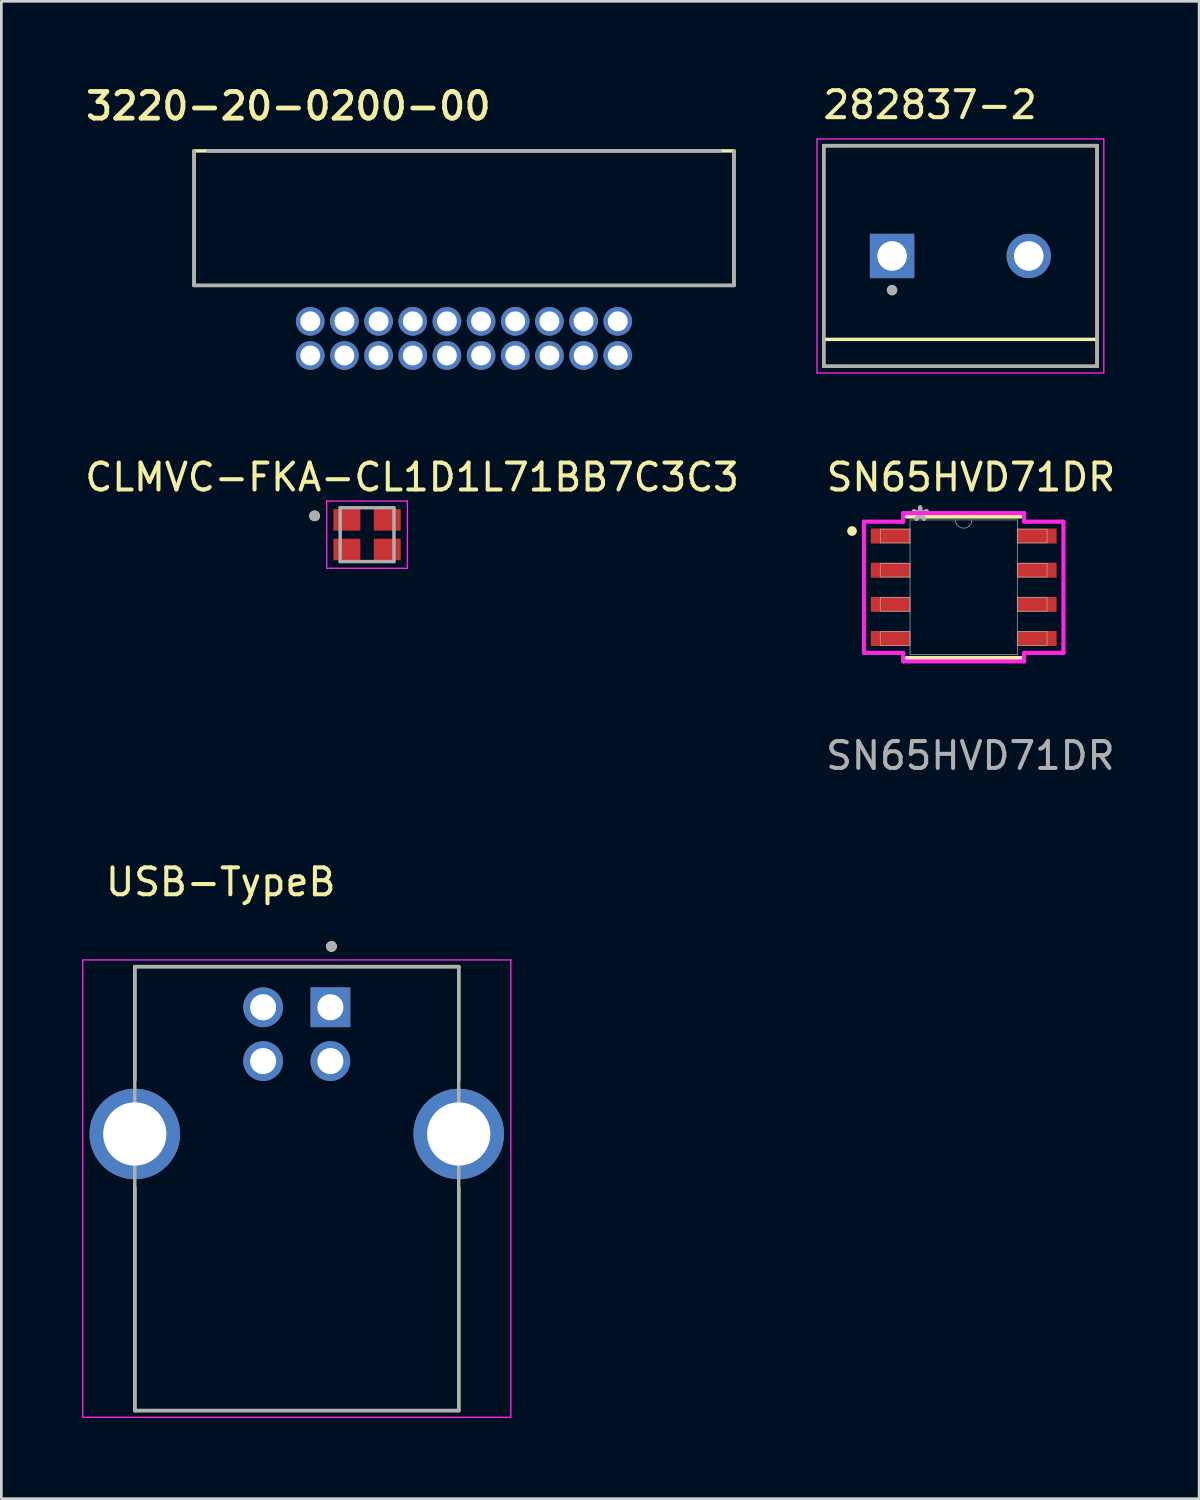
<source format=kicad_pcb>
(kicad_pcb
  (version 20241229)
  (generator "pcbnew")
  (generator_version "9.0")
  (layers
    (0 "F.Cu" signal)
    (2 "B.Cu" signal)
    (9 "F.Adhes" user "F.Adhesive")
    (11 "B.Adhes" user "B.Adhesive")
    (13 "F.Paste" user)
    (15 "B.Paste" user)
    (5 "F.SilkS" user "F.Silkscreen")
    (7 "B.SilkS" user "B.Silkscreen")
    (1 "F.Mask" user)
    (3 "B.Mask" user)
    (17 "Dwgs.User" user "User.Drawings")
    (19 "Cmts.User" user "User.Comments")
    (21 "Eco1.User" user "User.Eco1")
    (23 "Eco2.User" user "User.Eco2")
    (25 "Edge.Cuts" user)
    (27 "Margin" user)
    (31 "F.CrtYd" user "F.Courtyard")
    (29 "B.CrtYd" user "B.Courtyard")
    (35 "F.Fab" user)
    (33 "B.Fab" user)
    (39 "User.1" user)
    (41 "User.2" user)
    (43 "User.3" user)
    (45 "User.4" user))
  (footprint "CLMVC-FKA-CL1D1L71BB7C3C3"
    (layer "F.Cu")
    (at 10.593 16.823)
    (property "Reference" "CLMVC-FKA-CL1D1L71BB7C3C3" (at 1.675 -2.135 0) (layer "F.SilkS") (effects (font (size 1 1) (thickness 0.15))))
    (attr through_hole)
    (fp_circle (center -1.95 -0.7) (end -1.85 -0.7) (stroke (width 0.2) (type solid)) (fill no) (layer "F.SilkS"))
    (fp_line (start -1.5 -1.25) (end -1.5 1.25) (stroke (width 0.05) (type solid)) (layer "F.CrtYd"))
    (fp_line (start -1.5 1.25) (end 1.5 1.25) (stroke (width 0.05) (type solid)) (layer "F.CrtYd"))
    (fp_line (start 1.5 -1.25) (end -1.5 -1.25) (stroke (width 0.05) (type solid)) (layer "F.CrtYd"))
    (fp_line (start 1.5 1.25) (end 1.5 -1.25) (stroke (width 0.05) (type solid)) (layer "F.CrtYd"))
    (fp_line (start -1 -1) (end -1 1) (stroke (width 0.127) (type solid)) (layer "F.Fab"))
    (fp_line (start -1 1) (end 1 1) (stroke (width 0.127) (type solid)) (layer "F.Fab"))
    (fp_line (start 1 -1) (end -1 -1) (stroke (width 0.127) (type solid)) (layer "F.Fab"))
    (fp_line (start 1 1) (end 1 -1) (stroke (width 0.127) (type solid)) (layer "F.Fab"))
    (fp_circle (center -1.95 -0.7) (end -1.85 -0.7) (stroke (width 0.2) (type solid)) (fill no) (layer "F.Fab"))
    (pad "1" smd rect (at -0.75 -0.55 270) (size 0.8 1) (layers "F.Cu" "F.Mask" "F.Paste"))
    (pad "2" smd rect (at 0.75 -0.55 270) (size 0.8 1) (layers "F.Cu" "F.Mask" "F.Paste"))
    (pad "3" smd rect (at 0.75 0.55 270) (size 0.8 1) (layers "F.Cu" "F.Mask" "F.Paste"))
    (pad "4" smd rect (at -0.75 0.55 270) (size 0.8 1) (layers "F.Cu" "F.Mask" "F.Paste")))
  (footprint "3220-20-0200-00"
    (layer "F.Cu")
    (at 14.196 8.893)
    (property "Reference" "3220-20-0200-00" (at -6.528 -8.001 0) (layer "F.SilkS") (effects (font (size 0.991 0.991) (thickness 0.178))))
    (attr through_hole)
    (fp_line (start -10.033 -6.334) (end 10.033 -6.334) (stroke (width 0.127) (type solid)) (layer "F.SilkS"))
    (fp_line (start -10.033 -1.334) (end -10.033 -6.334) (stroke (width 0.127) (type solid)) (layer "F.SilkS"))
    (fp_line (start 10.033 -6.334) (end 10.033 -1.334) (stroke (width 0.127) (type solid)) (layer "F.SilkS"))
    (fp_line (start 10.033 -1.334) (end -10.033 -1.334) (stroke (width 0.127) (type solid)) (layer "F.SilkS"))
    (fp_line (start -10.033 -1.334) (end -10.033 -6.334) (stroke (width 0.127) (type solid)) (layer "F.Fab"))
    (fp_line (start -9.525 -6.334) (end 9.525 -6.334) (stroke (width 0.127) (type solid)) (layer "F.Fab"))
    (fp_line (start 10.033 -6.334) (end 10.033 -1.334) (stroke (width 0.127) (type solid)) (layer "F.Fab"))
    (fp_line (start 10.033 -1.334) (end -10.033 -1.334) (stroke (width 0.127) (type solid)) (layer "F.Fab"))
    (pad "1" thru_hole circle (at -5.715 1.27) (size 1.067 1.067) (drill 0.737) (layers "*.Cu" "*.Mask"))
    (pad "2" thru_hole circle (at -5.715 0) (size 1.067 1.067) (drill 0.737) (layers "*.Cu" "*.Mask"))
    (pad "3" thru_hole circle (at -4.445 1.27) (size 1.067 1.067) (drill 0.737) (layers "*.Cu" "*.Mask"))
    (pad "4" thru_hole circle (at -4.445 0) (size 1.067 1.067) (drill 0.737) (layers "*.Cu" "*.Mask"))
    (pad "5" thru_hole circle (at -3.175 1.27) (size 1.067 1.067) (drill 0.737) (layers "*.Cu" "*.Mask"))
    (pad "6" thru_hole circle (at -3.175 0) (size 1.067 1.067) (drill 0.737) (layers "*.Cu" "*.Mask"))
    (pad "7" thru_hole circle (at -1.905 1.27) (size 1.067 1.067) (drill 0.737) (layers "*.Cu" "*.Mask"))
    (pad "8" thru_hole circle (at -1.905 0) (size 1.067 1.067) (drill 0.737) (layers "*.Cu" "*.Mask"))
    (pad "9" thru_hole circle (at -0.635 1.27) (size 1.067 1.067) (drill 0.737) (layers "*.Cu" "*.Mask"))
    (pad "10" thru_hole circle (at -0.635 0) (size 1.067 1.067) (drill 0.737) (layers "*.Cu" "*.Mask"))
    (pad "11" thru_hole circle (at 0.635 1.27) (size 1.067 1.067) (drill 0.737) (layers "*.Cu" "*.Mask"))
    (pad "12" thru_hole circle (at 0.635 0) (size 1.067 1.067) (drill 0.737) (layers "*.Cu" "*.Mask"))
    (pad "13" thru_hole circle (at 1.905 1.27) (size 1.067 1.067) (drill 0.737) (layers "*.Cu" "*.Mask"))
    (pad "14" thru_hole circle (at 1.905 0) (size 1.067 1.067) (drill 0.737) (layers "*.Cu" "*.Mask"))
    (pad "15" thru_hole circle (at 3.175 1.27) (size 1.067 1.067) (drill 0.737) (layers "*.Cu" "*.Mask"))
    (pad "16" thru_hole circle (at 3.175 0) (size 1.067 1.067) (drill 0.737) (layers "*.Cu" "*.Mask"))
    (pad "17" thru_hole circle (at 4.445 1.27) (size 1.067 1.067) (drill 0.737) (layers "*.Cu" "*.Mask"))
    (pad "18" thru_hole circle (at 4.445 0) (size 1.067 1.067) (drill 0.737) (layers "*.Cu" "*.Mask"))
    (pad "19" thru_hole circle (at 5.715 1.27) (size 1.067 1.067) (drill 0.737) (layers "*.Cu" "*.Mask"))
    (pad "20" thru_hole circle (at 5.715 0) (size 1.067 1.067) (drill 0.737) (layers "*.Cu" "*.Mask")))
  (footprint "USB-TypeB"
    (layer "F.Cu")
    (at 7.98 36.389)
    (property "Reference" "USB-TypeB" (at -2.825 -6.655 0) (layer "F.SilkS") (effects (font (size 1 1) (thickness 0.15))))
    (attr through_hole)
    (fp_line (start -6.02 -3.51) (end -6.02 0.705) (stroke (width 0.127) (type solid)) (layer "F.SilkS"))
    (fp_line (start -6.02 4.715) (end -6.02 12.99) (stroke (width 0.127) (type solid)) (layer "F.SilkS"))
    (fp_line (start -6.02 12.99) (end 6.02 12.99) (stroke (width 0.127) (type solid)) (layer "F.SilkS"))
    (fp_line (start 6.02 -3.51) (end -6.02 -3.51) (stroke (width 0.127) (type solid)) (layer "F.SilkS"))
    (fp_line (start 6.02 0.705) (end 6.02 -3.51) (stroke (width 0.127) (type solid)) (layer "F.SilkS"))
    (fp_line (start 6.02 12.99) (end 6.02 4.715) (stroke (width 0.127) (type solid)) (layer "F.SilkS"))
    (fp_circle (center 1.29 -4.26) (end 1.39 -4.26) (stroke (width 0.2) (type solid)) (fill no) (layer "F.SilkS"))
    (fp_line (start -7.955 -3.76) (end -7.955 13.24) (stroke (width 0.05) (type solid)) (layer "F.CrtYd"))
    (fp_line (start -7.955 13.24) (end 7.955 13.24) (stroke (width 0.05) (type solid)) (layer "F.CrtYd"))
    (fp_line (start 7.955 -3.76) (end -7.955 -3.76) (stroke (width 0.05) (type solid)) (layer "F.CrtYd"))
    (fp_line (start 7.955 13.24) (end 7.955 -3.76) (stroke (width 0.05) (type solid)) (layer "F.CrtYd"))
    (fp_line (start -6.02 -3.51) (end -6.02 12.99) (stroke (width 0.127) (type solid)) (layer "F.Fab"))
    (fp_line (start -6.02 12.99) (end 6.02 12.99) (stroke (width 0.127) (type solid)) (layer "F.Fab"))
    (fp_line (start 6.02 -3.51) (end -6.02 -3.51) (stroke (width 0.127) (type solid)) (layer "F.Fab"))
    (fp_line (start 6.02 12.99) (end 6.02 -3.51) (stroke (width 0.127) (type solid)) (layer "F.Fab"))
    (fp_circle (center 1.29 -4.26) (end 1.39 -4.26) (stroke (width 0.2) (type solid)) (fill no) (layer "F.Fab"))
    (pad "1" thru_hole rect (at 1.25 -2) (size 1.478 1.478) (drill 0.97) (layers "*.Cu" "*.Mask"))
    (pad "2" thru_hole circle (at -1.25 -2) (size 1.478 1.478) (drill 0.97) (layers "*.Cu" "*.Mask"))
    (pad "3" thru_hole circle (at -1.25 0) (size 1.478 1.478) (drill 0.97) (layers "*.Cu" "*.Mask"))
    (pad "4" thru_hole circle (at 1.25 0) (size 1.478 1.478) (drill 0.97) (layers "*.Cu" "*.Mask"))
    (pad "S1" thru_hole circle (at -6.02 2.71) (size 3.366 3.366) (drill 2.35) (layers "*.Cu" "*.Mask"))
    (pad "S2" thru_hole circle (at 6.02 2.71) (size 3.366 3.366) (drill 2.35) (layers "*.Cu" "*.Mask")))
  (footprint "282837-2"
    (layer "F.Cu")
    (at 32.647 6.464)
    (property "Reference" "282837-2" (at -1.127 -5.615 0) (layer "F.SilkS") (effects (font (size 1.002 1.002) (thickness 0.15))))
    (attr through_hole)
    (fp_line (start -5.08 -4.1) (end 5.08 -4.1) (stroke (width 0.127) (type solid)) (layer "F.SilkS"))
    (fp_line (start -5.08 3.1) (end -5.08 -4.1) (stroke (width 0.127) (type solid)) (layer "F.SilkS"))
    (fp_line (start -5.08 3.1) (end 5.08 3.1) (stroke (width 0.127) (type solid)) (layer "F.SilkS"))
    (fp_line (start -5.08 4.1) (end -5.08 3.1) (stroke (width 0.127) (type solid)) (layer "F.SilkS"))
    (fp_line (start 5.08 -4.1) (end 5.08 3.1) (stroke (width 0.127) (type solid)) (layer "F.SilkS"))
    (fp_line (start 5.08 3.1) (end 5.08 4.1) (stroke (width 0.127) (type solid)) (layer "F.SilkS"))
    (fp_line (start 5.08 4.1) (end -5.08 4.1) (stroke (width 0.127) (type solid)) (layer "F.SilkS"))
    (fp_line (start -5.33 -4.35) (end 5.33 -4.35) (stroke (width 0.05) (type solid)) (layer "F.CrtYd"))
    (fp_line (start -5.33 4.35) (end -5.33 -4.35) (stroke (width 0.05) (type solid)) (layer "F.CrtYd"))
    (fp_line (start 5.33 -4.35) (end 5.33 4.35) (stroke (width 0.05) (type solid)) (layer "F.CrtYd"))
    (fp_line (start 5.33 4.35) (end -5.33 4.35) (stroke (width 0.05) (type solid)) (layer "F.CrtYd"))
    (fp_line (start -5.08 -4.1) (end 5.08 -4.1) (stroke (width 0.127) (type solid)) (layer "F.Fab"))
    (fp_line (start -5.08 4.1) (end -5.08 -4.1) (stroke (width 0.127) (type solid)) (layer "F.Fab"))
    (fp_line (start 5.08 -4.1) (end 5.08 4.1) (stroke (width 0.127) (type solid)) (layer "F.Fab"))
    (fp_line (start 5.08 4.1) (end -5.08 4.1) (stroke (width 0.127) (type solid)) (layer "F.Fab"))
    (fp_circle (center -2.54 1.27) (end -2.44 1.27) (stroke (width 0.2) (type solid)) (fill no) (layer "F.Fab"))
    (pad "1" thru_hole rect (at -2.54 0) (size 1.65 1.65) (drill 1.1) (layers "*.Cu" "*.Mask"))
    (pad "2" thru_hole circle (at 2.54 0) (size 1.65 1.65) (drill 1.1) (layers "*.Cu" "*.Mask")))
  (footprint "SN65HVD71DR"
    (layer "F.Cu")
    (at 32.768 18.778)
    (property "Reference" "SN65HVD71DR" (at 0.27 -4.09 0) (unlocked yes) (layer "F.SilkS") (effects (font (size 1 1) (thickness 0.15))))
    (attr smd)
    (fp_line (start -2.121 2.629) (end 2.121 2.629) (stroke (width 0.152) (type solid)) (layer "F.SilkS"))
    (fp_line (start 2.121 -2.629) (end -2.121 -2.629) (stroke (width 0.152) (type solid)) (layer "F.SilkS"))
    (fp_circle (center -4.15 -2.09) (end -4.03 -2.09) (stroke (width 0.12) (type solid)) (fill yes) (layer "F.SilkS"))
    (fp_line (start -3.708 -2.438) (end -2.248 -2.438) (stroke (width 0.152) (type solid)) (layer "F.CrtYd"))
    (fp_line (start -3.708 2.438) (end -3.708 -2.438) (stroke (width 0.152) (type solid)) (layer "F.CrtYd"))
    (fp_line (start -3.708 2.438) (end -2.248 2.438) (stroke (width 0.152) (type solid)) (layer "F.CrtYd"))
    (fp_line (start -2.248 -2.756) (end 2.248 -2.756) (stroke (width 0.152) (type solid)) (layer "F.CrtYd"))
    (fp_line (start -2.248 -2.438) (end -2.248 -2.756) (stroke (width 0.152) (type solid)) (layer "F.CrtYd"))
    (fp_line (start -2.248 2.756) (end -2.248 2.438) (stroke (width 0.152) (type solid)) (layer "F.CrtYd"))
    (fp_line (start 2.248 -2.756) (end 2.248 -2.438) (stroke (width 0.152) (type solid)) (layer "F.CrtYd"))
    (fp_line (start 2.248 2.438) (end 2.248 2.756) (stroke (width 0.152) (type solid)) (layer "F.CrtYd"))
    (fp_line (start 2.248 2.756) (end -2.248 2.756) (stroke (width 0.152) (type solid)) (layer "F.CrtYd"))
    (fp_line (start 3.708 -2.438) (end 2.248 -2.438) (stroke (width 0.152) (type solid)) (layer "F.CrtYd"))
    (fp_line (start 3.708 -2.438) (end 3.708 2.438) (stroke (width 0.152) (type solid)) (layer "F.CrtYd"))
    (fp_line (start 3.708 2.438) (end 2.248 2.438) (stroke (width 0.152) (type solid)) (layer "F.CrtYd"))
    (fp_line (start -3.099 -2.159) (end -3.099 -1.651) (stroke (width 0.025) (type solid)) (layer "F.Fab"))
    (fp_line (start -3.099 -1.651) (end -1.994 -1.651) (stroke (width 0.025) (type solid)) (layer "F.Fab"))
    (fp_line (start -3.099 -0.889) (end -3.099 -0.381) (stroke (width 0.025) (type solid)) (layer "F.Fab"))
    (fp_line (start -3.099 -0.381) (end -1.994 -0.381) (stroke (width 0.025) (type solid)) (layer "F.Fab"))
    (fp_line (start -3.099 0.381) (end -3.099 0.889) (stroke (width 0.025) (type solid)) (layer "F.Fab"))
    (fp_line (start -3.099 0.889) (end -1.994 0.889) (stroke (width 0.025) (type solid)) (layer "F.Fab"))
    (fp_line (start -3.099 1.651) (end -3.099 2.159) (stroke (width 0.025) (type solid)) (layer "F.Fab"))
    (fp_line (start -3.099 2.159) (end -1.994 2.159) (stroke (width 0.025) (type solid)) (layer "F.Fab"))
    (fp_line (start -1.994 -2.502) (end -1.994 2.502) (stroke (width 0.025) (type solid)) (layer "F.Fab"))
    (fp_line (start -1.994 -2.159) (end -3.099 -2.159) (stroke (width 0.025) (type solid)) (layer "F.Fab"))
    (fp_line (start -1.994 -1.651) (end -1.994 -2.159) (stroke (width 0.025) (type solid)) (layer "F.Fab"))
    (fp_line (start -1.994 -0.889) (end -3.099 -0.889) (stroke (width 0.025) (type solid)) (layer "F.Fab"))
    (fp_line (start -1.994 -0.381) (end -1.994 -0.889) (stroke (width 0.025) (type solid)) (layer "F.Fab"))
    (fp_line (start -1.994 0.381) (end -3.099 0.381) (stroke (width 0.025) (type solid)) (layer "F.Fab"))
    (fp_line (start -1.994 0.889) (end -1.994 0.381) (stroke (width 0.025) (type solid)) (layer "F.Fab"))
    (fp_line (start -1.994 1.651) (end -3.099 1.651) (stroke (width 0.025) (type solid)) (layer "F.Fab"))
    (fp_line (start -1.994 2.159) (end -1.994 1.651) (stroke (width 0.025) (type solid)) (layer "F.Fab"))
    (fp_line (start -1.994 2.502) (end 1.994 2.502) (stroke (width 0.025) (type solid)) (layer "F.Fab"))
    (fp_line (start 1.994 -2.502) (end -1.994 -2.502) (stroke (width 0.025) (type solid)) (layer "F.Fab"))
    (fp_line (start 1.994 -2.159) (end 1.994 -1.651) (stroke (width 0.025) (type solid)) (layer "F.Fab"))
    (fp_line (start 1.994 -1.651) (end 3.099 -1.651) (stroke (width 0.025) (type solid)) (layer "F.Fab"))
    (fp_line (start 1.994 -0.889) (end 1.994 -0.381) (stroke (width 0.025) (type solid)) (layer "F.Fab"))
    (fp_line (start 1.994 -0.381) (end 3.099 -0.381) (stroke (width 0.025) (type solid)) (layer "F.Fab"))
    (fp_line (start 1.994 0.381) (end 1.994 0.889) (stroke (width 0.025) (type solid)) (layer "F.Fab"))
    (fp_line (start 1.994 0.889) (end 3.099 0.889) (stroke (width 0.025) (type solid)) (layer "F.Fab"))
    (fp_line (start 1.994 1.651) (end 1.994 2.159) (stroke (width 0.025) (type solid)) (layer "F.Fab"))
    (fp_line (start 1.994 2.159) (end 3.099 2.159) (stroke (width 0.025) (type solid)) (layer "F.Fab"))
    (fp_line (start 1.994 2.502) (end 1.994 -2.502) (stroke (width 0.025) (type solid)) (layer "F.Fab"))
    (fp_line (start 3.099 -2.159) (end 1.994 -2.159) (stroke (width 0.025) (type solid)) (layer "F.Fab"))
    (fp_line (start 3.099 -1.651) (end 3.099 -2.159) (stroke (width 0.025) (type solid)) (layer "F.Fab"))
    (fp_line (start 3.099 -0.889) (end 1.994 -0.889) (stroke (width 0.025) (type solid)) (layer "F.Fab"))
    (fp_line (start 3.099 -0.381) (end 3.099 -0.889) (stroke (width 0.025) (type solid)) (layer "F.Fab"))
    (fp_line (start 3.099 0.381) (end 1.994 0.381) (stroke (width 0.025) (type solid)) (layer "F.Fab"))
    (fp_line (start 3.099 0.889) (end 3.099 0.381) (stroke (width 0.025) (type solid)) (layer "F.Fab"))
    (fp_line (start 3.099 1.651) (end 1.994 1.651) (stroke (width 0.025) (type solid)) (layer "F.Fab"))
    (fp_line (start 3.099 2.159) (end 3.099 1.651) (stroke (width 0.025) (type solid)) (layer "F.Fab"))
    (fp_arc (start 0.3048 -2.5019) (mid 0 -2.1971) (end -0.3048 -2.5019) (stroke (width 0.0254) (type solid)) (layer "F.Fab"))
    (fp_text user "*" (at -1.613 -2.426 0) (unlocked yes) (layer "F.Fab") (effects (font (size 1 1) (thickness 0.15))))
    (fp_text user "*" (at -1.613 -2.426 0) (layer "F.Fab") (effects (font (size 1 1) (thickness 0.15))))
    (fp_text user "${REFERENCE}" (at 0.25 6.26 0) (unlocked yes) (layer "F.Fab") (effects (font (size 1 1) (thickness 0.15))))
    (pad "1" smd rect (at -2.724 -1.905) (size 1.46 0.559) (layers "F.Cu" "F.Mask" "F.Paste"))
    (pad "2" smd rect (at -2.724 -0.635) (size 1.46 0.559) (layers "F.Cu" "F.Mask" "F.Paste"))
    (pad "3" smd rect (at -2.724 0.635) (size 1.46 0.559) (layers "F.Cu" "F.Mask" "F.Paste"))
    (pad "4" smd rect (at -2.724 1.905) (size 1.46 0.559) (layers "F.Cu" "F.Mask" "F.Paste"))
    (pad "5" smd rect (at 2.724 1.905) (size 1.46 0.559) (layers "F.Cu" "F.Mask" "F.Paste"))
    (pad "6" smd rect (at 2.724 0.635) (size 1.46 0.559) (layers "F.Cu" "F.Mask" "F.Paste"))
    (pad "7" smd rect (at 2.724 -0.635) (size 1.46 0.559) (layers "F.Cu" "F.Mask" "F.Paste"))
    (pad "8" smd rect (at 2.724 -1.905) (size 1.46 0.559) (layers "F.Cu" "F.Mask" "F.Paste")))
  (gr_rect
    (start -3 -3)
    (end 41.52 52.654)
    (stroke (width 0.1) (type default))
    (fill no)
    (layer "Edge.Cuts")))
</source>
